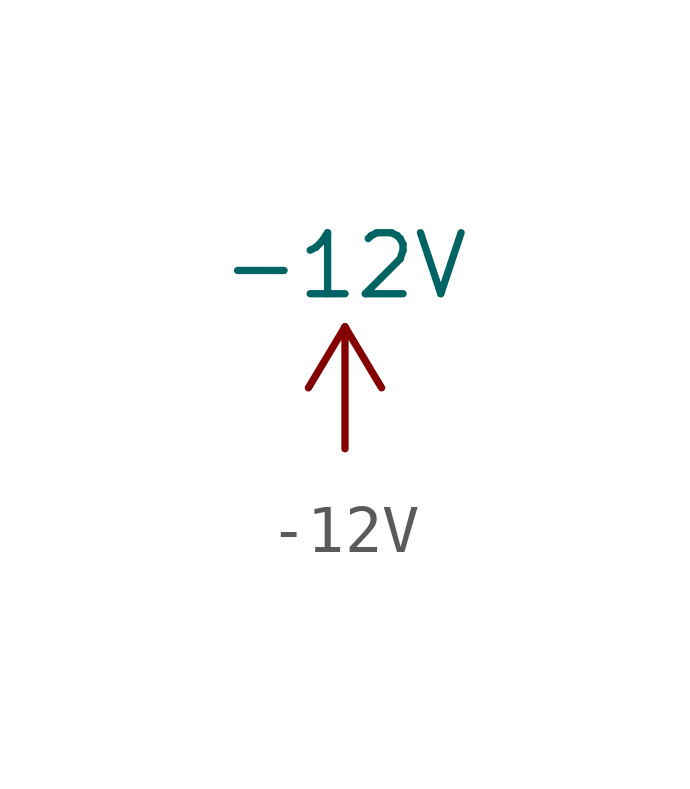
<source format=kicad_sym>
(kicad_symbol_lib
  (version 20231120)
  (generator "kicad_symbol_editor")
  (generator_version "8.0")
  (symbol "-12V"
    (power)
    (pin_names
      (offset 0))
    (property "Reference" "#PWR"
      (at 0 -2.54 0)
      (effects (font (size 1.27 1.27)) (hide yes)))
    (property "Value" "-12V"
      (at 0 3.81 0)
      (effects (font (size 1.27 1.27))))
    (symbol "-12V_1_1"
      (polyline (pts (xy -0.762 1.27) (xy 0 2.54)) (stroke (width 0) (type default)) (fill (type none)))
      (polyline (pts (xy 0 0) (xy 0 2.54)) (stroke (width 0) (type default)) (fill (type none)))
      (polyline (pts (xy 0 2.54) (xy 0.762 1.27)) (stroke (width 0) (type default)) (fill (type none)))
      (pin power_in line (at 0 0 90) (length 2.54) hide (name "-12V" (effects (font (size 1.016 1.016)))) (number "1" (effects (font (size 1.016 1.016))))))))
</source>
